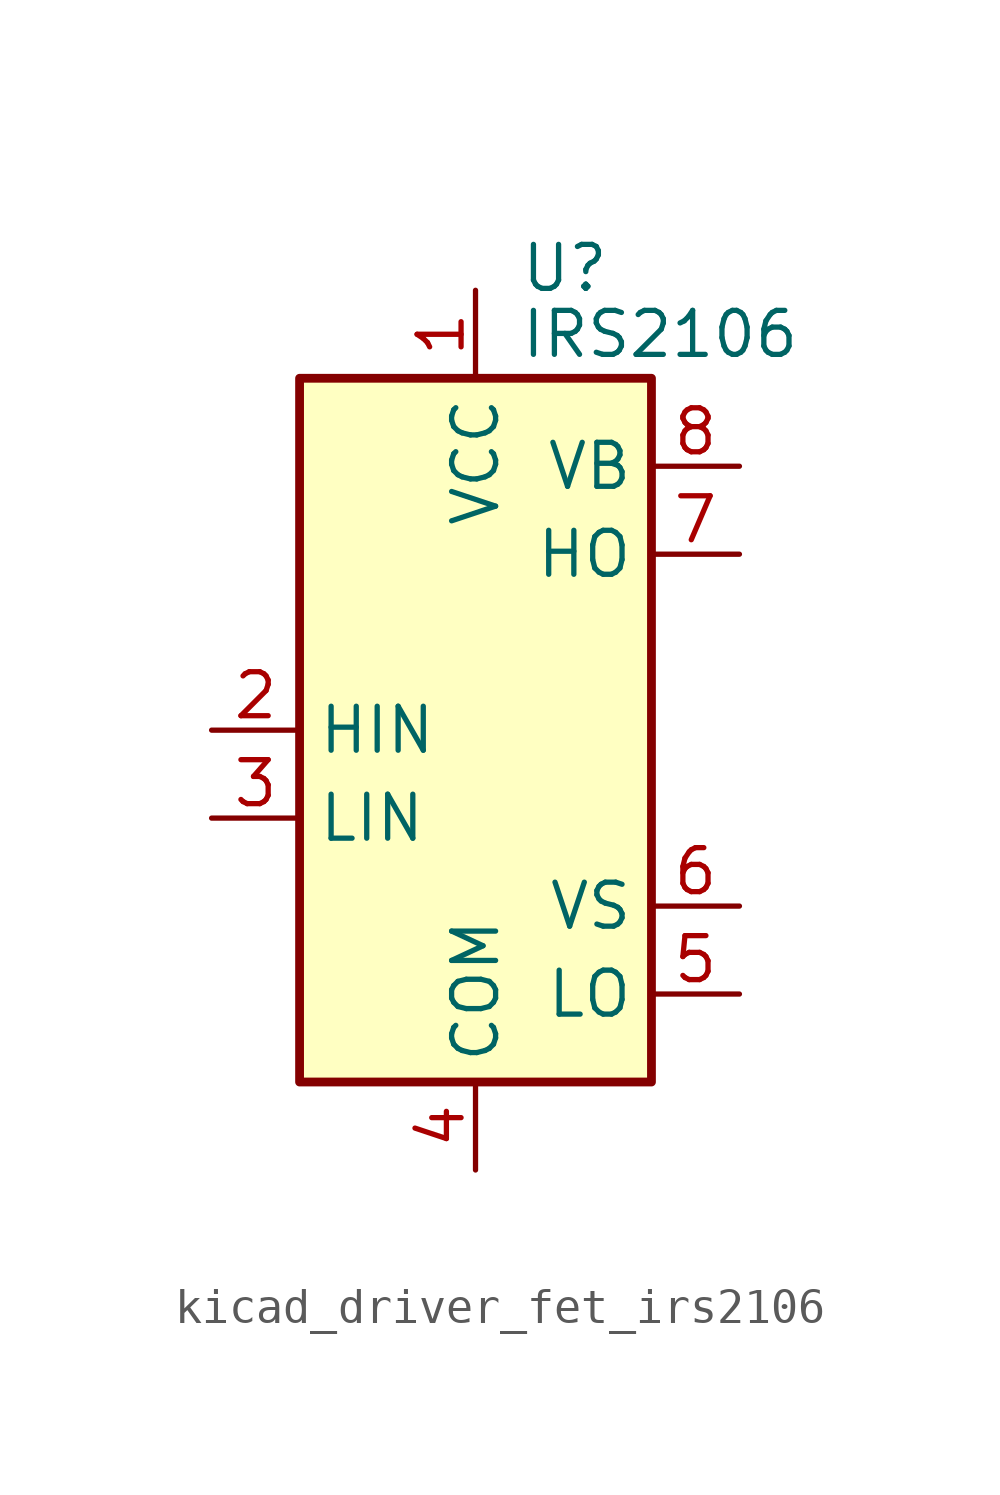
<source format=kicad_sym>
(kicad_symbol_lib
  (version 20220914)
  (generator kicad_symbol_editor)
  (symbol "kicad_driver_fet_irs2106"
    (property "Reference" "U"
      (at 1.27 13.335 0)
      (effects (font (size 1.27 1.27)) (justify left)))
    (property "Value" "IRS2106"
      (at 1.27 11.43 0)
      (effects (font (size 1.27 1.27)) (justify left)))
    (symbol "kicad_driver_fet_irs2106_0_1"
      (rectangle (start -5.08 -10.16) (end 5.08 10.16) (stroke (width 0.254) (type default)) (fill (type background))))
    (symbol "kicad_driver_fet_irs2106_1_1"
      (pin power_in line (at 0 12.7 270) (length 2.54) (name "VCC" (effects (font (size 1.27 1.27)))) (number "1" (effects (font (size 1.27 1.27)))))
      (pin input line (at -7.62 0 0) (length 2.54) (name "HIN" (effects (font (size 1.27 1.27)))) (number "2" (effects (font (size 1.27 1.27)))))
      (pin input line (at -7.62 -2.54 0) (length 2.54) (name "LIN" (effects (font (size 1.27 1.27)))) (number "3" (effects (font (size 1.27 1.27)))))
      (pin power_in line (at 0 -12.7 90) (length 2.54) (name "COM" (effects (font (size 1.27 1.27)))) (number "4" (effects (font (size 1.27 1.27)))))
      (pin output line (at 7.62 -7.62 180) (length 2.54) (name "LO" (effects (font (size 1.27 1.27)))) (number "5" (effects (font (size 1.27 1.27)))))
      (pin passive line (at 7.62 -5.08 180) (length 2.54) (name "VS" (effects (font (size 1.27 1.27)))) (number "6" (effects (font (size 1.27 1.27)))))
      (pin output line (at 7.62 5.08 180) (length 2.54) (name "HO" (effects (font (size 1.27 1.27)))) (number "7" (effects (font (size 1.27 1.27)))))
      (pin passive line (at 7.62 7.62 180) (length 2.54) (name "VB" (effects (font (size 1.27 1.27)))) (number "8" (effects (font (size 1.27 1.27))))))))
</source>
